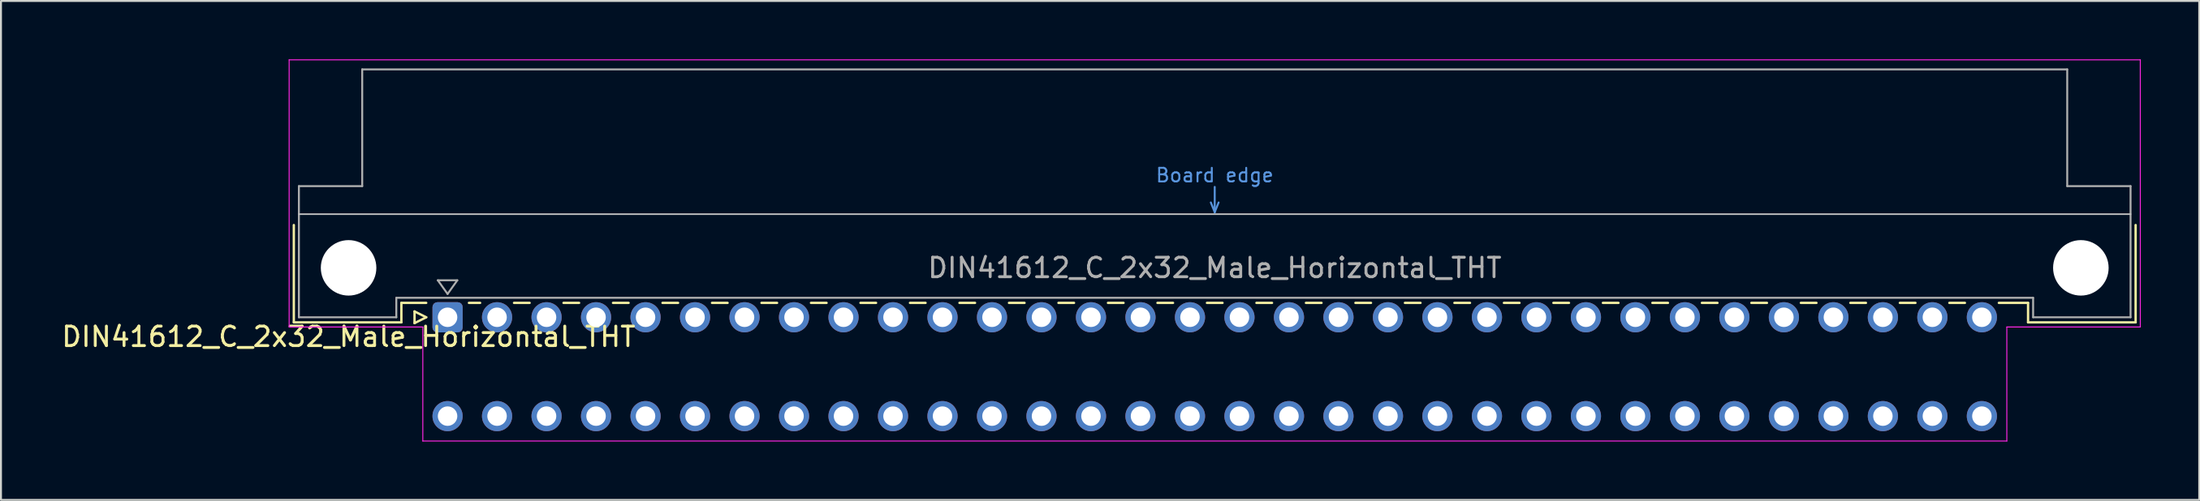
<source format=kicad_pcb>
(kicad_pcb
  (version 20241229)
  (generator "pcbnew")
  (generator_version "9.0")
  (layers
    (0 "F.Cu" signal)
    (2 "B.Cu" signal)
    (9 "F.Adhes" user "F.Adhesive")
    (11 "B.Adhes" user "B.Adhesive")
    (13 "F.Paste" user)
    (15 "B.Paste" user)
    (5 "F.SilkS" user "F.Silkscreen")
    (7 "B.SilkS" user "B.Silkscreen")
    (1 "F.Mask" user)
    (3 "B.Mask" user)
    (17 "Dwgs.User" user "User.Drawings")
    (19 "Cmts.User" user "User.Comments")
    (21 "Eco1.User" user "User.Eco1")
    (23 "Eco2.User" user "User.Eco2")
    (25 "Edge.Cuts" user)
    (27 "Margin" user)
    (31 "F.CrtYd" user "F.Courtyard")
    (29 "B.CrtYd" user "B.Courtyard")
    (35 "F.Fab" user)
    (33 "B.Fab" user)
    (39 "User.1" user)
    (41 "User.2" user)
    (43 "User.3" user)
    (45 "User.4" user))
  (footprint "DIN41612_C_2x32_Male_Horizontal_THT"
    (layer "F.Cu")
    (at 19.919 13.255)
    (property "Reference" "DIN41612_C_2x32_Male_Horizontal_THT" (at -5.08 1 0) (layer "F.SilkS") (effects (font (size 1 1) (thickness 0.15))))
    (attr through_hole)
    (fp_line (start -7.89 -4.74) (end -7.89 0.26) (stroke (width 0.12) (type solid)) (layer "F.SilkS"))
    (fp_line (start -7.89 0.26) (end -2.37 0.26) (stroke (width 0.12) (type solid)) (layer "F.SilkS"))
    (fp_line (start -2.371 -0.74) (end -1.095 -0.74) (stroke (width 0.12) (type solid)) (layer "F.SilkS"))
    (fp_line (start -2.37 0.26) (end -2.37 -0.74) (stroke (width 0.12) (type solid)) (layer "F.SilkS"))
    (fp_line (start -1.695 -0.3) (end -1.695 0.3) (stroke (width 0.12) (type solid)) (layer "F.SilkS"))
    (fp_line (start -1.695 0.3) (end -1.095 0) (stroke (width 0.12) (type solid)) (layer "F.SilkS"))
    (fp_line (start -1.095 0) (end -1.695 -0.3) (stroke (width 0.12) (type solid)) (layer "F.SilkS"))
    (fp_line (start 1.095 -0.74) (end 1.671 -0.74) (stroke (width 0.12) (type solid)) (layer "F.SilkS"))
    (fp_line (start 3.41 -0.74) (end 4.211 -0.74) (stroke (width 0.12) (type solid)) (layer "F.SilkS"))
    (fp_line (start 5.95 -0.74) (end 6.751 -0.74) (stroke (width 0.12) (type solid)) (layer "F.SilkS"))
    (fp_line (start 8.49 -0.74) (end 9.291 -0.74) (stroke (width 0.12) (type solid)) (layer "F.SilkS"))
    (fp_line (start 11.03 -0.74) (end 11.831 -0.74) (stroke (width 0.12) (type solid)) (layer "F.SilkS"))
    (fp_line (start 13.57 -0.74) (end 14.371 -0.74) (stroke (width 0.12) (type solid)) (layer "F.SilkS"))
    (fp_line (start 16.11 -0.74) (end 16.911 -0.74) (stroke (width 0.12) (type solid)) (layer "F.SilkS"))
    (fp_line (start 18.65 -0.74) (end 19.451 -0.74) (stroke (width 0.12) (type solid)) (layer "F.SilkS"))
    (fp_line (start 21.19 -0.74) (end 21.991 -0.74) (stroke (width 0.12) (type solid)) (layer "F.SilkS"))
    (fp_line (start 23.73 -0.74) (end 24.531 -0.74) (stroke (width 0.12) (type solid)) (layer "F.SilkS"))
    (fp_line (start 26.27 -0.74) (end 27.071 -0.74) (stroke (width 0.12) (type solid)) (layer "F.SilkS"))
    (fp_line (start 28.81 -0.74) (end 29.611 -0.74) (stroke (width 0.12) (type solid)) (layer "F.SilkS"))
    (fp_line (start 31.35 -0.74) (end 32.151 -0.74) (stroke (width 0.12) (type solid)) (layer "F.SilkS"))
    (fp_line (start 33.89 -0.74) (end 34.691 -0.74) (stroke (width 0.12) (type solid)) (layer "F.SilkS"))
    (fp_line (start 36.43 -0.74) (end 37.231 -0.74) (stroke (width 0.12) (type solid)) (layer "F.SilkS"))
    (fp_line (start 38.97 -0.74) (end 39.771 -0.74) (stroke (width 0.12) (type solid)) (layer "F.SilkS"))
    (fp_line (start 41.51 -0.74) (end 42.311 -0.74) (stroke (width 0.12) (type solid)) (layer "F.SilkS"))
    (fp_line (start 44.05 -0.74) (end 44.851 -0.74) (stroke (width 0.12) (type solid)) (layer "F.SilkS"))
    (fp_line (start 46.59 -0.74) (end 47.391 -0.74) (stroke (width 0.12) (type solid)) (layer "F.SilkS"))
    (fp_line (start 49.13 -0.74) (end 49.931 -0.74) (stroke (width 0.12) (type solid)) (layer "F.SilkS"))
    (fp_line (start 51.67 -0.74) (end 52.471 -0.74) (stroke (width 0.12) (type solid)) (layer "F.SilkS"))
    (fp_line (start 54.21 -0.74) (end 55.011 -0.74) (stroke (width 0.12) (type solid)) (layer "F.SilkS"))
    (fp_line (start 56.75 -0.74) (end 57.551 -0.74) (stroke (width 0.12) (type solid)) (layer "F.SilkS"))
    (fp_line (start 59.29 -0.74) (end 60.091 -0.74) (stroke (width 0.12) (type solid)) (layer "F.SilkS"))
    (fp_line (start 61.83 -0.74) (end 62.631 -0.74) (stroke (width 0.12) (type solid)) (layer "F.SilkS"))
    (fp_line (start 64.37 -0.74) (end 65.171 -0.74) (stroke (width 0.12) (type solid)) (layer "F.SilkS"))
    (fp_line (start 66.91 -0.74) (end 67.711 -0.74) (stroke (width 0.12) (type solid)) (layer "F.SilkS"))
    (fp_line (start 69.45 -0.74) (end 70.251 -0.74) (stroke (width 0.12) (type solid)) (layer "F.SilkS"))
    (fp_line (start 71.99 -0.74) (end 72.791 -0.74) (stroke (width 0.12) (type solid)) (layer "F.SilkS"))
    (fp_line (start 74.53 -0.74) (end 75.331 -0.74) (stroke (width 0.12) (type solid)) (layer "F.SilkS"))
    (fp_line (start 77.07 -0.74) (end 77.871 -0.74) (stroke (width 0.12) (type solid)) (layer "F.SilkS"))
    (fp_line (start 79.61 -0.74) (end 81.11 -0.74) (stroke (width 0.12) (type solid)) (layer "F.SilkS"))
    (fp_line (start 81.11 0.26) (end 81.11 -0.74) (stroke (width 0.12) (type solid)) (layer "F.SilkS"))
    (fp_line (start 86.63 -4.74) (end 86.63 0.26) (stroke (width 0.12) (type solid)) (layer "F.SilkS"))
    (fp_line (start 86.63 0.26) (end 81.11 0.26) (stroke (width 0.12) (type solid)) (layer "F.SilkS"))
    (fp_line (start -7.63 -5.3) (end 86.37 -5.3) (stroke (width 0.08) (type solid)) (layer "Dwgs.User"))
    (fp_line (start 39.17 -5.9) (end 39.37 -5.4) (stroke (width 0.1) (type solid)) (layer "Cmts.User"))
    (fp_line (start 39.37 -5.4) (end 39.37 -6.7) (stroke (width 0.1) (type solid)) (layer "Cmts.User"))
    (fp_line (start 39.37 -5.4) (end 39.57 -5.9) (stroke (width 0.1) (type solid)) (layer "Cmts.User"))
    (fp_line (start -8.13 -13.23) (end -8.13 0.5) (stroke (width 0.05) (type solid)) (layer "F.CrtYd"))
    (fp_line (start -8.13 0.5) (end -1.27 0.5) (stroke (width 0.05) (type solid)) (layer "F.CrtYd"))
    (fp_line (start -1.27 0.5) (end -1.27 6.36) (stroke (width 0.05) (type solid)) (layer "F.CrtYd"))
    (fp_line (start -1.27 6.36) (end 80.02 6.36) (stroke (width 0.05) (type solid)) (layer "F.CrtYd"))
    (fp_line (start 80.02 0.5) (end 86.87 0.5) (stroke (width 0.05) (type solid)) (layer "F.CrtYd"))
    (fp_line (start 80.02 6.36) (end 80.02 0.5) (stroke (width 0.05) (type solid)) (layer "F.CrtYd"))
    (fp_line (start 86.87 -13.23) (end -8.13 -13.23) (stroke (width 0.05) (type solid)) (layer "F.CrtYd"))
    (fp_line (start 86.87 0.5) (end 86.87 -13.23) (stroke (width 0.05) (type solid)) (layer "F.CrtYd"))
    (fp_line (start -7.63 -6.74) (end -7.63 0) (stroke (width 0.1) (type solid)) (layer "F.Fab"))
    (fp_line (start -7.63 0) (end -2.63 0) (stroke (width 0.1) (type solid)) (layer "F.Fab"))
    (fp_line (start -4.38 -12.74) (end -4.38 -6.74) (stroke (width 0.1) (type solid)) (layer "F.Fab"))
    (fp_line (start -4.38 -6.74) (end -7.63 -6.74) (stroke (width 0.1) (type solid)) (layer "F.Fab"))
    (fp_line (start -2.63 -1) (end 81.37 -1) (stroke (width 0.1) (type solid)) (layer "F.Fab"))
    (fp_line (start -2.63 0) (end -2.63 -1) (stroke (width 0.1) (type solid)) (layer "F.Fab"))
    (fp_line (start -0.5 -1.9) (end 0.5 -1.9) (stroke (width 0.1) (type solid)) (layer "F.Fab"))
    (fp_line (start 0 -1.2) (end -0.5 -1.9) (stroke (width 0.1) (type solid)) (layer "F.Fab"))
    (fp_line (start 0.5 -1.9) (end 0 -1.2) (stroke (width 0.1) (type solid)) (layer "F.Fab"))
    (fp_line (start 81.37 -1) (end 81.37 0) (stroke (width 0.1) (type solid)) (layer "F.Fab"))
    (fp_line (start 81.37 0) (end 86.37 0) (stroke (width 0.1) (type solid)) (layer "F.Fab"))
    (fp_line (start 83.12 -12.74) (end -4.38 -12.74) (stroke (width 0.1) (type solid)) (layer "F.Fab"))
    (fp_line (start 83.12 -6.74) (end 83.12 -12.74) (stroke (width 0.1) (type solid)) (layer "F.Fab"))
    (fp_line (start 86.37 -6.74) (end 83.12 -6.74) (stroke (width 0.1) (type solid)) (layer "F.Fab"))
    (fp_line (start 86.37 0) (end 86.37 -6.74) (stroke (width 0.1) (type solid)) (layer "F.Fab"))
    (fp_text user "Board edge" (at 39.37 -7.3 0) (layer "Cmts.User") (effects (font (size 0.7 0.7) (thickness 0.1))))
    (fp_text user "${REFERENCE}" (at 39.37 -2.54 0) (layer "F.Fab") (effects (font (size 1 1) (thickness 0.15))))
    (pad "" np_thru_hole circle (at -5.08 -2.54) (size 2.85 2.85) (drill 2.85) (layers "*.Cu" "*.Mask"))
    (pad "" np_thru_hole circle (at 83.82 -2.54) (size 2.85 2.85) (drill 2.85) (layers "*.Cu" "*.Mask"))
    (pad "a1" thru_hole roundrect (at 0 0) (size 1.55 1.55) (drill 1) (layers "*.Cu" "*.Mask") (roundrect_rratio 0.161))
    (pad "a2" thru_hole circle (at 2.54 0) (size 1.55 1.55) (drill 1) (layers "*.Cu" "*.Mask"))
    (pad "a3" thru_hole circle (at 5.08 0) (size 1.55 1.55) (drill 1) (layers "*.Cu" "*.Mask"))
    (pad "a4" thru_hole circle (at 7.62 0) (size 1.55 1.55) (drill 1) (layers "*.Cu" "*.Mask"))
    (pad "a5" thru_hole circle (at 10.16 0) (size 1.55 1.55) (drill 1) (layers "*.Cu" "*.Mask"))
    (pad "a6" thru_hole circle (at 12.7 0) (size 1.55 1.55) (drill 1) (layers "*.Cu" "*.Mask"))
    (pad "a7" thru_hole circle (at 15.24 0) (size 1.55 1.55) (drill 1) (layers "*.Cu" "*.Mask"))
    (pad "a8" thru_hole circle (at 17.78 0) (size 1.55 1.55) (drill 1) (layers "*.Cu" "*.Mask"))
    (pad "a9" thru_hole circle (at 20.32 0) (size 1.55 1.55) (drill 1) (layers "*.Cu" "*.Mask"))
    (pad "a10" thru_hole circle (at 22.86 0) (size 1.55 1.55) (drill 1) (layers "*.Cu" "*.Mask"))
    (pad "a11" thru_hole circle (at 25.4 0) (size 1.55 1.55) (drill 1) (layers "*.Cu" "*.Mask"))
    (pad "a12" thru_hole circle (at 27.94 0) (size 1.55 1.55) (drill 1) (layers "*.Cu" "*.Mask"))
    (pad "a13" thru_hole circle (at 30.48 0) (size 1.55 1.55) (drill 1) (layers "*.Cu" "*.Mask"))
    (pad "a14" thru_hole circle (at 33.02 0) (size 1.55 1.55) (drill 1) (layers "*.Cu" "*.Mask"))
    (pad "a15" thru_hole circle (at 35.56 0) (size 1.55 1.55) (drill 1) (layers "*.Cu" "*.Mask"))
    (pad "a16" thru_hole circle (at 38.1 0) (size 1.55 1.55) (drill 1) (layers "*.Cu" "*.Mask"))
    (pad "a17" thru_hole circle (at 40.64 0) (size 1.55 1.55) (drill 1) (layers "*.Cu" "*.Mask"))
    (pad "a18" thru_hole circle (at 43.18 0) (size 1.55 1.55) (drill 1) (layers "*.Cu" "*.Mask"))
    (pad "a19" thru_hole circle (at 45.72 0) (size 1.55 1.55) (drill 1) (layers "*.Cu" "*.Mask"))
    (pad "a20" thru_hole circle (at 48.26 0) (size 1.55 1.55) (drill 1) (layers "*.Cu" "*.Mask"))
    (pad "a21" thru_hole circle (at 50.8 0) (size 1.55 1.55) (drill 1) (layers "*.Cu" "*.Mask"))
    (pad "a22" thru_hole circle (at 53.34 0) (size 1.55 1.55) (drill 1) (layers "*.Cu" "*.Mask"))
    (pad "a23" thru_hole circle (at 55.88 0) (size 1.55 1.55) (drill 1) (layers "*.Cu" "*.Mask"))
    (pad "a24" thru_hole circle (at 58.42 0) (size 1.55 1.55) (drill 1) (layers "*.Cu" "*.Mask"))
    (pad "a25" thru_hole circle (at 60.96 0) (size 1.55 1.55) (drill 1) (layers "*.Cu" "*.Mask"))
    (pad "a26" thru_hole circle (at 63.5 0) (size 1.55 1.55) (drill 1) (layers "*.Cu" "*.Mask"))
    (pad "a27" thru_hole circle (at 66.04 0) (size 1.55 1.55) (drill 1) (layers "*.Cu" "*.Mask"))
    (pad "a28" thru_hole circle (at 68.58 0) (size 1.55 1.55) (drill 1) (layers "*.Cu" "*.Mask"))
    (pad "a29" thru_hole circle (at 71.12 0) (size 1.55 1.55) (drill 1) (layers "*.Cu" "*.Mask"))
    (pad "a30" thru_hole circle (at 73.66 0) (size 1.55 1.55) (drill 1) (layers "*.Cu" "*.Mask"))
    (pad "a31" thru_hole circle (at 76.2 0) (size 1.55 1.55) (drill 1) (layers "*.Cu" "*.Mask"))
    (pad "a32" thru_hole circle (at 78.74 0) (size 1.55 1.55) (drill 1) (layers "*.Cu" "*.Mask"))
    (pad "c1" thru_hole circle (at 0 5.08) (size 1.55 1.55) (drill 1) (layers "*.Cu" "*.Mask"))
    (pad "c2" thru_hole circle (at 2.54 5.08) (size 1.55 1.55) (drill 1) (layers "*.Cu" "*.Mask"))
    (pad "c3" thru_hole circle (at 5.08 5.08) (size 1.55 1.55) (drill 1) (layers "*.Cu" "*.Mask"))
    (pad "c4" thru_hole circle (at 7.62 5.08) (size 1.55 1.55) (drill 1) (layers "*.Cu" "*.Mask"))
    (pad "c5" thru_hole circle (at 10.16 5.08) (size 1.55 1.55) (drill 1) (layers "*.Cu" "*.Mask"))
    (pad "c6" thru_hole circle (at 12.7 5.08) (size 1.55 1.55) (drill 1) (layers "*.Cu" "*.Mask"))
    (pad "c7" thru_hole circle (at 15.24 5.08) (size 1.55 1.55) (drill 1) (layers "*.Cu" "*.Mask"))
    (pad "c8" thru_hole circle (at 17.78 5.08) (size 1.55 1.55) (drill 1) (layers "*.Cu" "*.Mask"))
    (pad "c9" thru_hole circle (at 20.32 5.08) (size 1.55 1.55) (drill 1) (layers "*.Cu" "*.Mask"))
    (pad "c10" thru_hole circle (at 22.86 5.08) (size 1.55 1.55) (drill 1) (layers "*.Cu" "*.Mask"))
    (pad "c11" thru_hole circle (at 25.4 5.08) (size 1.55 1.55) (drill 1) (layers "*.Cu" "*.Mask"))
    (pad "c12" thru_hole circle (at 27.94 5.08) (size 1.55 1.55) (drill 1) (layers "*.Cu" "*.Mask"))
    (pad "c13" thru_hole circle (at 30.48 5.08) (size 1.55 1.55) (drill 1) (layers "*.Cu" "*.Mask"))
    (pad "c14" thru_hole circle (at 33.02 5.08) (size 1.55 1.55) (drill 1) (layers "*.Cu" "*.Mask"))
    (pad "c15" thru_hole circle (at 35.56 5.08) (size 1.55 1.55) (drill 1) (layers "*.Cu" "*.Mask"))
    (pad "c16" thru_hole circle (at 38.1 5.08) (size 1.55 1.55) (drill 1) (layers "*.Cu" "*.Mask"))
    (pad "c17" thru_hole circle (at 40.64 5.08) (size 1.55 1.55) (drill 1) (layers "*.Cu" "*.Mask"))
    (pad "c18" thru_hole circle (at 43.18 5.08) (size 1.55 1.55) (drill 1) (layers "*.Cu" "*.Mask"))
    (pad "c19" thru_hole circle (at 45.72 5.08) (size 1.55 1.55) (drill 1) (layers "*.Cu" "*.Mask"))
    (pad "c20" thru_hole circle (at 48.26 5.08) (size 1.55 1.55) (drill 1) (layers "*.Cu" "*.Mask"))
    (pad "c21" thru_hole circle (at 50.8 5.08) (size 1.55 1.55) (drill 1) (layers "*.Cu" "*.Mask"))
    (pad "c22" thru_hole circle (at 53.34 5.08) (size 1.55 1.55) (drill 1) (layers "*.Cu" "*.Mask"))
    (pad "c23" thru_hole circle (at 55.88 5.08) (size 1.55 1.55) (drill 1) (layers "*.Cu" "*.Mask"))
    (pad "c24" thru_hole circle (at 58.42 5.08) (size 1.55 1.55) (drill 1) (layers "*.Cu" "*.Mask"))
    (pad "c25" thru_hole circle (at 60.96 5.08) (size 1.55 1.55) (drill 1) (layers "*.Cu" "*.Mask"))
    (pad "c26" thru_hole circle (at 63.5 5.08) (size 1.55 1.55) (drill 1) (layers "*.Cu" "*.Mask"))
    (pad "c27" thru_hole circle (at 66.04 5.08) (size 1.55 1.55) (drill 1) (layers "*.Cu" "*.Mask"))
    (pad "c28" thru_hole circle (at 68.58 5.08) (size 1.55 1.55) (drill 1) (layers "*.Cu" "*.Mask"))
    (pad "c29" thru_hole circle (at 71.12 5.08) (size 1.55 1.55) (drill 1) (layers "*.Cu" "*.Mask"))
    (pad "c30" thru_hole circle (at 73.66 5.08) (size 1.55 1.55) (drill 1) (layers "*.Cu" "*.Mask"))
    (pad "c31" thru_hole circle (at 76.2 5.08) (size 1.55 1.55) (drill 1) (layers "*.Cu" "*.Mask"))
    (pad "c32" thru_hole circle (at 78.74 5.08) (size 1.55 1.55) (drill 1) (layers "*.Cu" "*.Mask")))
  (gr_rect
    (start -3 -3)
    (end 109.814 22.64)
    (stroke (width 0.1) (type default))
    (fill no)
    (layer "Edge.Cuts")))
</source>
